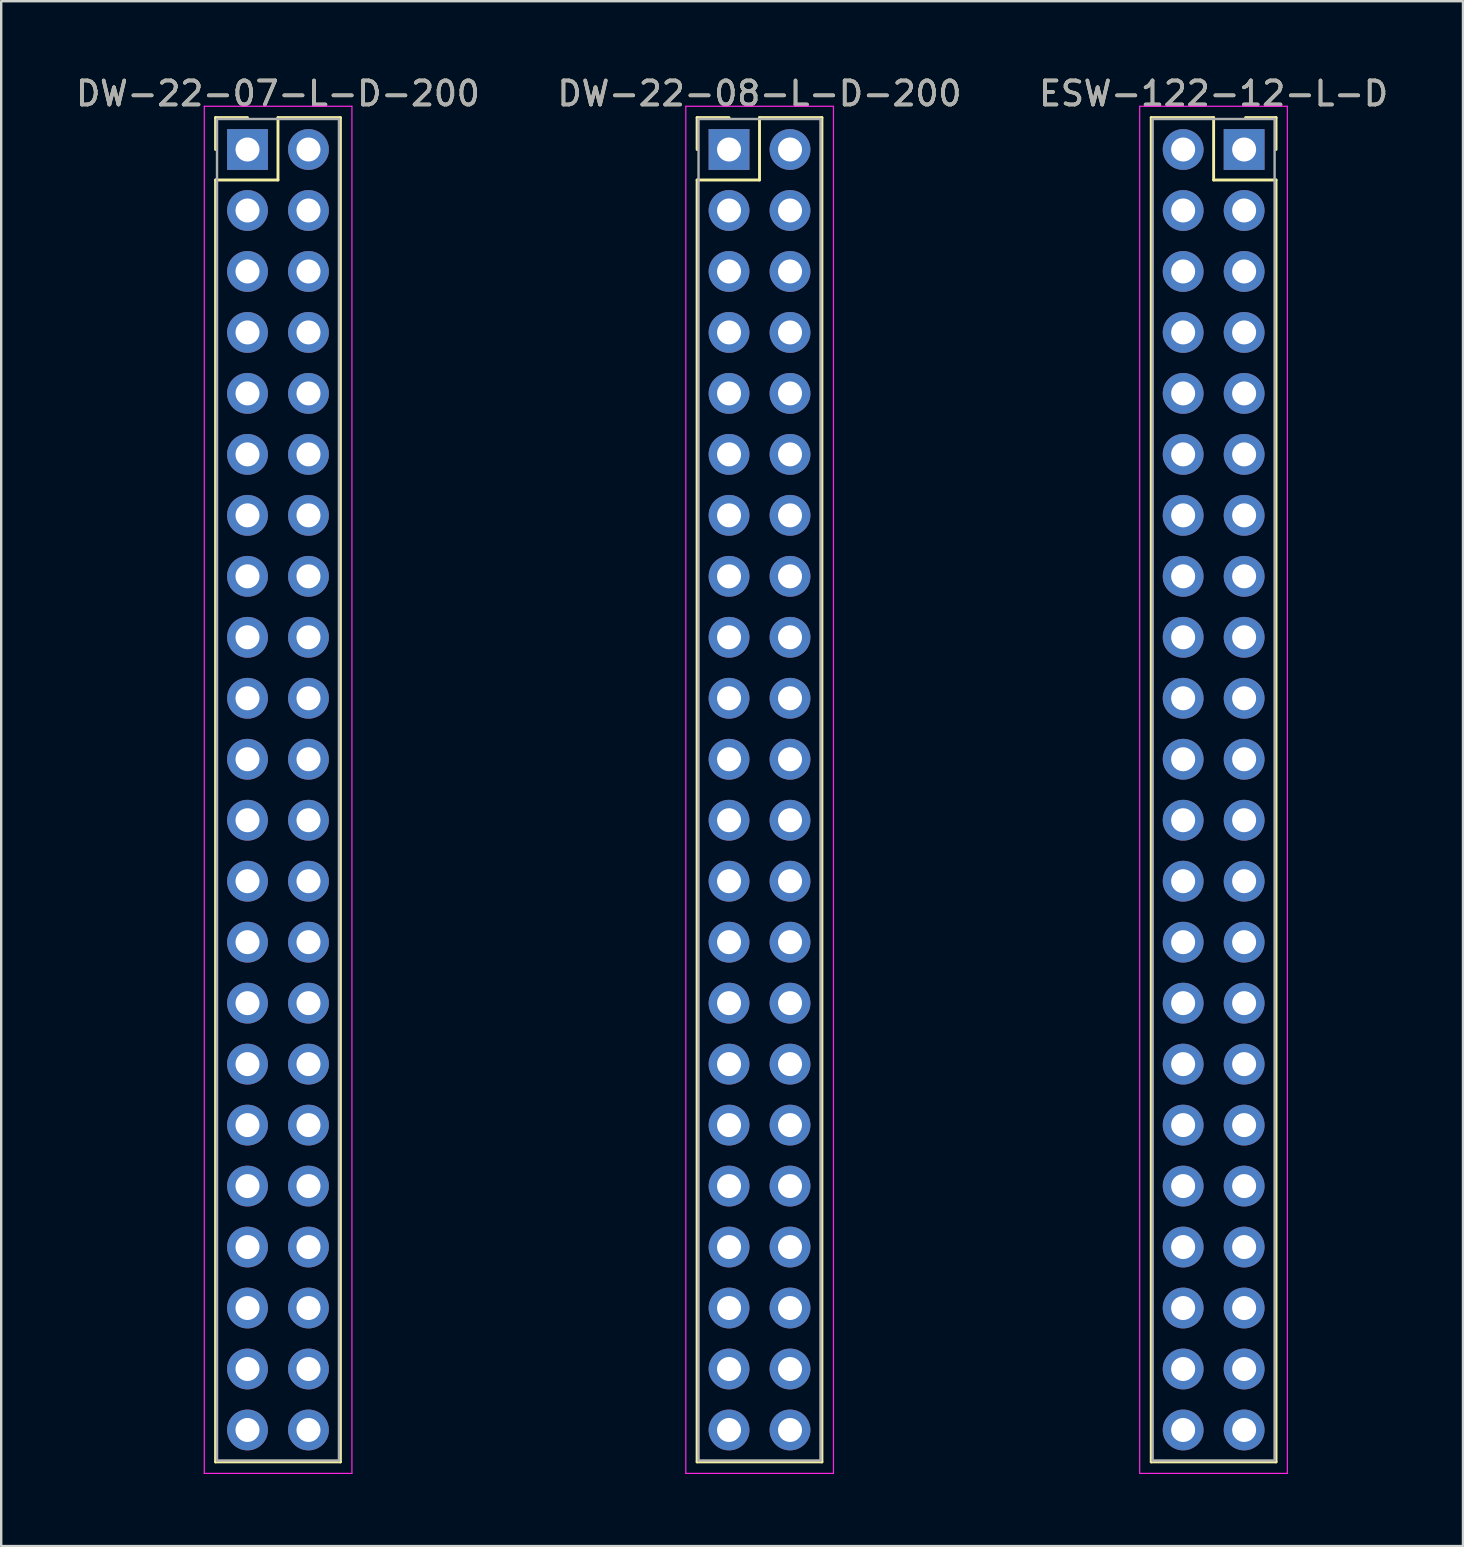
<source format=kicad_pcb>
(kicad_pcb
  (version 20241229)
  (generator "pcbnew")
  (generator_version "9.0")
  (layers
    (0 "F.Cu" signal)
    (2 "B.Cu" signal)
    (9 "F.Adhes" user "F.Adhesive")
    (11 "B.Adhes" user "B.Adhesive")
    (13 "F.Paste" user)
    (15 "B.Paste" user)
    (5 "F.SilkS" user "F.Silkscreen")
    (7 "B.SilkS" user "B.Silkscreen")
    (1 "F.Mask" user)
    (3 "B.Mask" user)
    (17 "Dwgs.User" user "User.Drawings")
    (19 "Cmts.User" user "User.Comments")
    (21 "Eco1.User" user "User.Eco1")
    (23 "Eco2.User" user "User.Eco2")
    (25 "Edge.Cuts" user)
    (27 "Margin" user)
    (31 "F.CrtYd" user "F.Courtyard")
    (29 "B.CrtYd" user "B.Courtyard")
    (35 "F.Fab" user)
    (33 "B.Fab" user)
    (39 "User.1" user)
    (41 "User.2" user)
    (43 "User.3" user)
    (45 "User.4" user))
  (footprint "DW-22-08-L-D-200"
    (layer "F.Cu")
    (at 27.319 3.178)
    (property "Reference" "DW-22-08-L-D-200" (at 1.27 -2.33 0) (layer "F.Fab") (effects (font (size 1 1) (thickness 0.15))))
    (attr through_hole)
    (fp_line (start -1.33 -1.33) (end 0 -1.33) (stroke (width 0.12) (type solid)) (layer "F.SilkS"))
    (fp_line (start -1.33 0) (end -1.33 -1.33) (stroke (width 0.12) (type solid)) (layer "F.SilkS"))
    (fp_line (start -1.33 1.27) (end -1.33 54.67) (stroke (width 0.12) (type solid)) (layer "F.SilkS"))
    (fp_line (start -1.33 54.67) (end 3.87 54.67) (stroke (width 0.12) (type solid)) (layer "F.SilkS"))
    (fp_line (start 1.27 -1.33) (end 1.27 1.27) (stroke (width 0.12) (type solid)) (layer "F.SilkS"))
    (fp_line (start 1.27 1.27) (end -1.33 1.27) (stroke (width 0.12) (type solid)) (layer "F.SilkS"))
    (fp_line (start 3.87 -1.33) (end 1.27 -1.33) (stroke (width 0.12) (type solid)) (layer "F.SilkS"))
    (fp_line (start 3.87 54.67) (end 3.87 -1.33) (stroke (width 0.12) (type solid)) (layer "F.SilkS"))
    (fp_line (start -1.8 -1.8) (end -1.8 55.15) (stroke (width 0.05) (type solid)) (layer "F.CrtYd"))
    (fp_line (start -1.8 55.15) (end 4.35 55.15) (stroke (width 0.05) (type solid)) (layer "F.CrtYd"))
    (fp_line (start 4.35 -1.8) (end -1.8 -1.8) (stroke (width 0.05) (type solid)) (layer "F.CrtYd"))
    (fp_line (start 4.35 55.15) (end 4.35 -1.8) (stroke (width 0.05) (type solid)) (layer "F.CrtYd"))
    (fp_line (start -1.27 -1.27) (end -1.27 54.61) (stroke (width 0.1) (type solid)) (layer "F.Fab"))
    (fp_line (start -1.27 54.61) (end 3.81 54.61) (stroke (width 0.1) (type solid)) (layer "F.Fab"))
    (fp_line (start 3.81 -1.27) (end -1.27 -1.27) (stroke (width 0.1) (type solid)) (layer "F.Fab"))
    (fp_line (start 3.81 54.61) (end 3.81 -1.27) (stroke (width 0.1) (type solid)) (layer "F.Fab"))
    (fp_text user "${REFERENCE}" (at 1.27 -2.33 0) (layer "F.SilkS") (effects (font (size 1 1) (thickness 0.15))))
    (pad "1" thru_hole rect (at 0 0) (size 1.7 1.7) (drill 1) (layers "*.Cu" "*.Mask"))
    (pad "2" thru_hole oval (at 2.54 0) (size 1.7 1.7) (drill 1) (layers "*.Cu" "*.Mask"))
    (pad "3" thru_hole oval (at 0 2.54) (size 1.7 1.7) (drill 1) (layers "*.Cu" "*.Mask"))
    (pad "4" thru_hole oval (at 2.54 2.54) (size 1.7 1.7) (drill 1) (layers "*.Cu" "*.Mask"))
    (pad "5" thru_hole oval (at 0 5.08) (size 1.7 1.7) (drill 1) (layers "*.Cu" "*.Mask"))
    (pad "6" thru_hole oval (at 2.54 5.08) (size 1.7 1.7) (drill 1) (layers "*.Cu" "*.Mask"))
    (pad "7" thru_hole oval (at 0 7.62) (size 1.7 1.7) (drill 1) (layers "*.Cu" "*.Mask"))
    (pad "8" thru_hole oval (at 2.54 7.62) (size 1.7 1.7) (drill 1) (layers "*.Cu" "*.Mask"))
    (pad "9" thru_hole oval (at 0 10.16) (size 1.7 1.7) (drill 1) (layers "*.Cu" "*.Mask"))
    (pad "10" thru_hole oval (at 2.54 10.16) (size 1.7 1.7) (drill 1) (layers "*.Cu" "*.Mask"))
    (pad "11" thru_hole oval (at 0 12.7) (size 1.7 1.7) (drill 1) (layers "*.Cu" "*.Mask"))
    (pad "12" thru_hole oval (at 2.54 12.7) (size 1.7 1.7) (drill 1) (layers "*.Cu" "*.Mask"))
    (pad "13" thru_hole oval (at 0 15.24) (size 1.7 1.7) (drill 1) (layers "*.Cu" "*.Mask"))
    (pad "14" thru_hole oval (at 2.54 15.24) (size 1.7 1.7) (drill 1) (layers "*.Cu" "*.Mask"))
    (pad "15" thru_hole oval (at 0 17.78) (size 1.7 1.7) (drill 1) (layers "*.Cu" "*.Mask"))
    (pad "16" thru_hole oval (at 2.54 17.78) (size 1.7 1.7) (drill 1) (layers "*.Cu" "*.Mask"))
    (pad "17" thru_hole oval (at 0 20.32) (size 1.7 1.7) (drill 1) (layers "*.Cu" "*.Mask"))
    (pad "18" thru_hole oval (at 2.54 20.32) (size 1.7 1.7) (drill 1) (layers "*.Cu" "*.Mask"))
    (pad "19" thru_hole oval (at 0 22.86) (size 1.7 1.7) (drill 1) (layers "*.Cu" "*.Mask"))
    (pad "20" thru_hole oval (at 2.54 22.86) (size 1.7 1.7) (drill 1) (layers "*.Cu" "*.Mask"))
    (pad "21" thru_hole oval (at 0 25.4) (size 1.7 1.7) (drill 1) (layers "*.Cu" "*.Mask"))
    (pad "22" thru_hole oval (at 2.54 25.4) (size 1.7 1.7) (drill 1) (layers "*.Cu" "*.Mask"))
    (pad "23" thru_hole oval (at 0 27.94) (size 1.7 1.7) (drill 1) (layers "*.Cu" "*.Mask"))
    (pad "24" thru_hole oval (at 2.54 27.94) (size 1.7 1.7) (drill 1) (layers "*.Cu" "*.Mask"))
    (pad "25" thru_hole oval (at 0 30.48) (size 1.7 1.7) (drill 1) (layers "*.Cu" "*.Mask"))
    (pad "26" thru_hole oval (at 2.54 30.48) (size 1.7 1.7) (drill 1) (layers "*.Cu" "*.Mask"))
    (pad "27" thru_hole oval (at 0 33.02) (size 1.7 1.7) (drill 1) (layers "*.Cu" "*.Mask"))
    (pad "28" thru_hole oval (at 2.54 33.02) (size 1.7 1.7) (drill 1) (layers "*.Cu" "*.Mask"))
    (pad "29" thru_hole oval (at 0 35.56) (size 1.7 1.7) (drill 1) (layers "*.Cu" "*.Mask"))
    (pad "30" thru_hole oval (at 2.54 35.56) (size 1.7 1.7) (drill 1) (layers "*.Cu" "*.Mask"))
    (pad "31" thru_hole oval (at 0 38.1) (size 1.7 1.7) (drill 1) (layers "*.Cu" "*.Mask"))
    (pad "32" thru_hole oval (at 2.54 38.1) (size 1.7 1.7) (drill 1) (layers "*.Cu" "*.Mask"))
    (pad "33" thru_hole oval (at 0 40.64) (size 1.7 1.7) (drill 1) (layers "*.Cu" "*.Mask"))
    (pad "34" thru_hole oval (at 2.54 40.64) (size 1.7 1.7) (drill 1) (layers "*.Cu" "*.Mask"))
    (pad "35" thru_hole oval (at 0 43.18) (size 1.7 1.7) (drill 1) (layers "*.Cu" "*.Mask"))
    (pad "36" thru_hole oval (at 2.54 43.18) (size 1.7 1.7) (drill 1) (layers "*.Cu" "*.Mask"))
    (pad "37" thru_hole oval (at 0 45.72) (size 1.7 1.7) (drill 1) (layers "*.Cu" "*.Mask"))
    (pad "38" thru_hole oval (at 2.54 45.72) (size 1.7 1.7) (drill 1) (layers "*.Cu" "*.Mask"))
    (pad "39" thru_hole oval (at 0 48.26) (size 1.7 1.7) (drill 1) (layers "*.Cu" "*.Mask"))
    (pad "40" thru_hole oval (at 2.54 48.26) (size 1.7 1.7) (drill 1) (layers "*.Cu" "*.Mask"))
    (pad "41" thru_hole oval (at 0 50.8) (size 1.7 1.7) (drill 1) (layers "*.Cu" "*.Mask"))
    (pad "42" thru_hole oval (at 2.54 50.8) (size 1.7 1.7) (drill 1) (layers "*.Cu" "*.Mask"))
    (pad "43" thru_hole oval (at 0 53.34) (size 1.7 1.7) (drill 1) (layers "*.Cu" "*.Mask"))
    (pad "44" thru_hole oval (at 2.54 53.34) (size 1.7 1.7) (drill 1) (layers "*.Cu" "*.Mask")))
  (footprint "DW-22-07-L-D-200"
    (layer "F.Cu")
    (at 7.26 3.178)
    (property "Reference" "DW-22-07-L-D-200" (at 1.27 -2.33 0) (layer "F.Fab") (effects (font (size 1 1) (thickness 0.15))))
    (attr through_hole)
    (fp_line (start -1.33 -1.33) (end 0 -1.33) (stroke (width 0.12) (type solid)) (layer "F.SilkS"))
    (fp_line (start -1.33 0) (end -1.33 -1.33) (stroke (width 0.12) (type solid)) (layer "F.SilkS"))
    (fp_line (start -1.33 1.27) (end -1.33 54.67) (stroke (width 0.12) (type solid)) (layer "F.SilkS"))
    (fp_line (start -1.33 54.67) (end 3.87 54.67) (stroke (width 0.12) (type solid)) (layer "F.SilkS"))
    (fp_line (start 1.27 -1.33) (end 1.27 1.27) (stroke (width 0.12) (type solid)) (layer "F.SilkS"))
    (fp_line (start 1.27 1.27) (end -1.33 1.27) (stroke (width 0.12) (type solid)) (layer "F.SilkS"))
    (fp_line (start 3.87 -1.33) (end 1.27 -1.33) (stroke (width 0.12) (type solid)) (layer "F.SilkS"))
    (fp_line (start 3.87 54.67) (end 3.87 -1.33) (stroke (width 0.12) (type solid)) (layer "F.SilkS"))
    (fp_line (start -1.8 -1.8) (end -1.8 55.15) (stroke (width 0.05) (type solid)) (layer "F.CrtYd"))
    (fp_line (start -1.8 55.15) (end 4.35 55.15) (stroke (width 0.05) (type solid)) (layer "F.CrtYd"))
    (fp_line (start 4.35 -1.8) (end -1.8 -1.8) (stroke (width 0.05) (type solid)) (layer "F.CrtYd"))
    (fp_line (start 4.35 55.15) (end 4.35 -1.8) (stroke (width 0.05) (type solid)) (layer "F.CrtYd"))
    (fp_line (start -1.27 -1.27) (end -1.27 54.61) (stroke (width 0.1) (type solid)) (layer "F.Fab"))
    (fp_line (start -1.27 54.61) (end 3.81 54.61) (stroke (width 0.1) (type solid)) (layer "F.Fab"))
    (fp_line (start 3.81 -1.27) (end -1.27 -1.27) (stroke (width 0.1) (type solid)) (layer "F.Fab"))
    (fp_line (start 3.81 54.61) (end 3.81 -1.27) (stroke (width 0.1) (type solid)) (layer "F.Fab"))
    (fp_text user "${REFERENCE}" (at 1.27 -2.33 0) (layer "F.SilkS") (effects (font (size 1 1) (thickness 0.15))))
    (pad "1" thru_hole rect (at 0 0) (size 1.7 1.7) (drill 1) (layers "*.Cu" "*.Mask"))
    (pad "2" thru_hole oval (at 2.54 0) (size 1.7 1.7) (drill 1) (layers "*.Cu" "*.Mask"))
    (pad "3" thru_hole oval (at 0 2.54) (size 1.7 1.7) (drill 1) (layers "*.Cu" "*.Mask"))
    (pad "4" thru_hole oval (at 2.54 2.54) (size 1.7 1.7) (drill 1) (layers "*.Cu" "*.Mask"))
    (pad "5" thru_hole oval (at 0 5.08) (size 1.7 1.7) (drill 1) (layers "*.Cu" "*.Mask"))
    (pad "6" thru_hole oval (at 2.54 5.08) (size 1.7 1.7) (drill 1) (layers "*.Cu" "*.Mask"))
    (pad "7" thru_hole oval (at 0 7.62) (size 1.7 1.7) (drill 1) (layers "*.Cu" "*.Mask"))
    (pad "8" thru_hole oval (at 2.54 7.62) (size 1.7 1.7) (drill 1) (layers "*.Cu" "*.Mask"))
    (pad "9" thru_hole oval (at 0 10.16) (size 1.7 1.7) (drill 1) (layers "*.Cu" "*.Mask"))
    (pad "10" thru_hole oval (at 2.54 10.16) (size 1.7 1.7) (drill 1) (layers "*.Cu" "*.Mask"))
    (pad "11" thru_hole oval (at 0 12.7) (size 1.7 1.7) (drill 1) (layers "*.Cu" "*.Mask"))
    (pad "12" thru_hole oval (at 2.54 12.7) (size 1.7 1.7) (drill 1) (layers "*.Cu" "*.Mask"))
    (pad "13" thru_hole oval (at 0 15.24) (size 1.7 1.7) (drill 1) (layers "*.Cu" "*.Mask"))
    (pad "14" thru_hole oval (at 2.54 15.24) (size 1.7 1.7) (drill 1) (layers "*.Cu" "*.Mask"))
    (pad "15" thru_hole oval (at 0 17.78) (size 1.7 1.7) (drill 1) (layers "*.Cu" "*.Mask"))
    (pad "16" thru_hole oval (at 2.54 17.78) (size 1.7 1.7) (drill 1) (layers "*.Cu" "*.Mask"))
    (pad "17" thru_hole oval (at 0 20.32) (size 1.7 1.7) (drill 1) (layers "*.Cu" "*.Mask"))
    (pad "18" thru_hole oval (at 2.54 20.32) (size 1.7 1.7) (drill 1) (layers "*.Cu" "*.Mask"))
    (pad "19" thru_hole oval (at 0 22.86) (size 1.7 1.7) (drill 1) (layers "*.Cu" "*.Mask"))
    (pad "20" thru_hole oval (at 2.54 22.86) (size 1.7 1.7) (drill 1) (layers "*.Cu" "*.Mask"))
    (pad "21" thru_hole oval (at 0 25.4) (size 1.7 1.7) (drill 1) (layers "*.Cu" "*.Mask"))
    (pad "22" thru_hole oval (at 2.54 25.4) (size 1.7 1.7) (drill 1) (layers "*.Cu" "*.Mask"))
    (pad "23" thru_hole oval (at 0 27.94) (size 1.7 1.7) (drill 1) (layers "*.Cu" "*.Mask"))
    (pad "24" thru_hole oval (at 2.54 27.94) (size 1.7 1.7) (drill 1) (layers "*.Cu" "*.Mask"))
    (pad "25" thru_hole oval (at 0 30.48) (size 1.7 1.7) (drill 1) (layers "*.Cu" "*.Mask"))
    (pad "26" thru_hole oval (at 2.54 30.48) (size 1.7 1.7) (drill 1) (layers "*.Cu" "*.Mask"))
    (pad "27" thru_hole oval (at 0 33.02) (size 1.7 1.7) (drill 1) (layers "*.Cu" "*.Mask"))
    (pad "28" thru_hole oval (at 2.54 33.02) (size 1.7 1.7) (drill 1) (layers "*.Cu" "*.Mask"))
    (pad "29" thru_hole oval (at 0 35.56) (size 1.7 1.7) (drill 1) (layers "*.Cu" "*.Mask"))
    (pad "30" thru_hole oval (at 2.54 35.56) (size 1.7 1.7) (drill 1) (layers "*.Cu" "*.Mask"))
    (pad "31" thru_hole oval (at 0 38.1) (size 1.7 1.7) (drill 1) (layers "*.Cu" "*.Mask"))
    (pad "32" thru_hole oval (at 2.54 38.1) (size 1.7 1.7) (drill 1) (layers "*.Cu" "*.Mask"))
    (pad "33" thru_hole oval (at 0 40.64) (size 1.7 1.7) (drill 1) (layers "*.Cu" "*.Mask"))
    (pad "34" thru_hole oval (at 2.54 40.64) (size 1.7 1.7) (drill 1) (layers "*.Cu" "*.Mask"))
    (pad "35" thru_hole oval (at 0 43.18) (size 1.7 1.7) (drill 1) (layers "*.Cu" "*.Mask"))
    (pad "36" thru_hole oval (at 2.54 43.18) (size 1.7 1.7) (drill 1) (layers "*.Cu" "*.Mask"))
    (pad "37" thru_hole oval (at 0 45.72) (size 1.7 1.7) (drill 1) (layers "*.Cu" "*.Mask"))
    (pad "38" thru_hole oval (at 2.54 45.72) (size 1.7 1.7) (drill 1) (layers "*.Cu" "*.Mask"))
    (pad "39" thru_hole oval (at 0 48.26) (size 1.7 1.7) (drill 1) (layers "*.Cu" "*.Mask"))
    (pad "40" thru_hole oval (at 2.54 48.26) (size 1.7 1.7) (drill 1) (layers "*.Cu" "*.Mask"))
    (pad "41" thru_hole oval (at 0 50.8) (size 1.7 1.7) (drill 1) (layers "*.Cu" "*.Mask"))
    (pad "42" thru_hole oval (at 2.54 50.8) (size 1.7 1.7) (drill 1) (layers "*.Cu" "*.Mask"))
    (pad "43" thru_hole oval (at 0 53.34) (size 1.7 1.7) (drill 1) (layers "*.Cu" "*.Mask"))
    (pad "44" thru_hole oval (at 2.54 53.34) (size 1.7 1.7) (drill 1) (layers "*.Cu" "*.Mask")))
  (footprint "ESW-122-12-L-D"
    (layer "F.Cu")
    (at 48.776 3.178)
    (property "Reference" "ESW-122-12-L-D" (at -1.27 -2.33 0) (layer "F.Fab") (effects (font (size 1 1) (thickness 0.15))))
    (attr through_hole)
    (fp_line (start -3.87 -1.33) (end -1.27 -1.33) (stroke (width 0.12) (type solid)) (layer "F.SilkS"))
    (fp_line (start -3.87 54.67) (end -3.87 -1.33) (stroke (width 0.12) (type solid)) (layer "F.SilkS"))
    (fp_line (start -1.27 -1.33) (end -1.27 1.27) (stroke (width 0.12) (type solid)) (layer "F.SilkS"))
    (fp_line (start -1.27 1.27) (end 1.33 1.27) (stroke (width 0.12) (type solid)) (layer "F.SilkS"))
    (fp_line (start 1.33 -1.33) (end 0.06 -1.33) (stroke (width 0.12) (type solid)) (layer "F.SilkS"))
    (fp_line (start 1.33 0) (end 1.33 -1.33) (stroke (width 0.12) (type solid)) (layer "F.SilkS"))
    (fp_line (start 1.33 1.27) (end 1.33 54.67) (stroke (width 0.12) (type solid)) (layer "F.SilkS"))
    (fp_line (start 1.33 54.67) (end -3.87 54.67) (stroke (width 0.12) (type solid)) (layer "F.SilkS"))
    (fp_line (start -4.35 -1.8) (end -4.35 55.15) (stroke (width 0.05) (type solid)) (layer "F.CrtYd"))
    (fp_line (start -4.35 55.15) (end 1.8 55.15) (stroke (width 0.05) (type solid)) (layer "F.CrtYd"))
    (fp_line (start 1.8 -1.8) (end -4.35 -1.8) (stroke (width 0.05) (type solid)) (layer "F.CrtYd"))
    (fp_line (start 1.8 55.15) (end 1.8 -1.8) (stroke (width 0.05) (type solid)) (layer "F.CrtYd"))
    (fp_line (start -3.81 -1.27) (end -3.81 54.61) (stroke (width 0.1) (type solid)) (layer "F.Fab"))
    (fp_line (start -3.81 54.61) (end 1.27 54.61) (stroke (width 0.1) (type solid)) (layer "F.Fab"))
    (fp_line (start 1.27 -1.27) (end -3.81 -1.27) (stroke (width 0.1) (type solid)) (layer "F.Fab"))
    (fp_line (start 1.27 54.61) (end 1.27 -1.27) (stroke (width 0.1) (type solid)) (layer "F.Fab"))
    (fp_text user "${REFERENCE}" (at -1.27 -2.33 0) (layer "F.SilkS") (effects (font (size 1 1) (thickness 0.15))))
    (pad "1" thru_hole rect (at 0 0) (size 1.7 1.7) (drill 1) (layers "*.Cu" "*.Mask"))
    (pad "2" thru_hole oval (at -2.54 0) (size 1.7 1.7) (drill 1) (layers "*.Cu" "*.Mask"))
    (pad "3" thru_hole oval (at 0 2.54) (size 1.7 1.7) (drill 1) (layers "*.Cu" "*.Mask"))
    (pad "4" thru_hole oval (at -2.54 2.54) (size 1.7 1.7) (drill 1) (layers "*.Cu" "*.Mask"))
    (pad "5" thru_hole oval (at 0 5.08) (size 1.7 1.7) (drill 1) (layers "*.Cu" "*.Mask"))
    (pad "6" thru_hole oval (at -2.54 5.08) (size 1.7 1.7) (drill 1) (layers "*.Cu" "*.Mask"))
    (pad "7" thru_hole oval (at 0 7.62) (size 1.7 1.7) (drill 1) (layers "*.Cu" "*.Mask"))
    (pad "8" thru_hole oval (at -2.54 7.62) (size 1.7 1.7) (drill 1) (layers "*.Cu" "*.Mask"))
    (pad "9" thru_hole oval (at 0 10.16) (size 1.7 1.7) (drill 1) (layers "*.Cu" "*.Mask"))
    (pad "10" thru_hole oval (at -2.54 10.16) (size 1.7 1.7) (drill 1) (layers "*.Cu" "*.Mask"))
    (pad "11" thru_hole oval (at 0 12.7) (size 1.7 1.7) (drill 1) (layers "*.Cu" "*.Mask"))
    (pad "12" thru_hole oval (at -2.54 12.7) (size 1.7 1.7) (drill 1) (layers "*.Cu" "*.Mask"))
    (pad "13" thru_hole oval (at 0 15.24) (size 1.7 1.7) (drill 1) (layers "*.Cu" "*.Mask"))
    (pad "14" thru_hole oval (at -2.54 15.24) (size 1.7 1.7) (drill 1) (layers "*.Cu" "*.Mask"))
    (pad "15" thru_hole oval (at 0 17.78) (size 1.7 1.7) (drill 1) (layers "*.Cu" "*.Mask"))
    (pad "16" thru_hole oval (at -2.54 17.78) (size 1.7 1.7) (drill 1) (layers "*.Cu" "*.Mask"))
    (pad "17" thru_hole oval (at 0 20.32) (size 1.7 1.7) (drill 1) (layers "*.Cu" "*.Mask"))
    (pad "18" thru_hole oval (at -2.54 20.32) (size 1.7 1.7) (drill 1) (layers "*.Cu" "*.Mask"))
    (pad "19" thru_hole oval (at 0 22.86) (size 1.7 1.7) (drill 1) (layers "*.Cu" "*.Mask"))
    (pad "20" thru_hole oval (at -2.54 22.86) (size 1.7 1.7) (drill 1) (layers "*.Cu" "*.Mask"))
    (pad "21" thru_hole oval (at 0 25.4) (size 1.7 1.7) (drill 1) (layers "*.Cu" "*.Mask"))
    (pad "22" thru_hole oval (at -2.54 25.4) (size 1.7 1.7) (drill 1) (layers "*.Cu" "*.Mask"))
    (pad "23" thru_hole oval (at 0 27.94) (size 1.7 1.7) (drill 1) (layers "*.Cu" "*.Mask"))
    (pad "24" thru_hole oval (at -2.54 27.94) (size 1.7 1.7) (drill 1) (layers "*.Cu" "*.Mask"))
    (pad "25" thru_hole oval (at 0 30.48) (size 1.7 1.7) (drill 1) (layers "*.Cu" "*.Mask"))
    (pad "26" thru_hole oval (at -2.54 30.48) (size 1.7 1.7) (drill 1) (layers "*.Cu" "*.Mask"))
    (pad "27" thru_hole oval (at 0 33.02) (size 1.7 1.7) (drill 1) (layers "*.Cu" "*.Mask"))
    (pad "28" thru_hole oval (at -2.54 33.02) (size 1.7 1.7) (drill 1) (layers "*.Cu" "*.Mask"))
    (pad "29" thru_hole oval (at 0 35.56) (size 1.7 1.7) (drill 1) (layers "*.Cu" "*.Mask"))
    (pad "30" thru_hole oval (at -2.54 35.56) (size 1.7 1.7) (drill 1) (layers "*.Cu" "*.Mask"))
    (pad "31" thru_hole oval (at 0 38.1) (size 1.7 1.7) (drill 1) (layers "*.Cu" "*.Mask"))
    (pad "32" thru_hole oval (at -2.54 38.1) (size 1.7 1.7) (drill 1) (layers "*.Cu" "*.Mask"))
    (pad "33" thru_hole oval (at 0 40.64) (size 1.7 1.7) (drill 1) (layers "*.Cu" "*.Mask"))
    (pad "34" thru_hole oval (at -2.54 40.64) (size 1.7 1.7) (drill 1) (layers "*.Cu" "*.Mask"))
    (pad "35" thru_hole oval (at 0 43.18) (size 1.7 1.7) (drill 1) (layers "*.Cu" "*.Mask"))
    (pad "36" thru_hole oval (at -2.54 43.18) (size 1.7 1.7) (drill 1) (layers "*.Cu" "*.Mask"))
    (pad "37" thru_hole oval (at 0 45.72) (size 1.7 1.7) (drill 1) (layers "*.Cu" "*.Mask"))
    (pad "38" thru_hole oval (at -2.54 45.72) (size 1.7 1.7) (drill 1) (layers "*.Cu" "*.Mask"))
    (pad "39" thru_hole oval (at 0 48.26) (size 1.7 1.7) (drill 1) (layers "*.Cu" "*.Mask"))
    (pad "40" thru_hole oval (at -2.54 48.26) (size 1.7 1.7) (drill 1) (layers "*.Cu" "*.Mask"))
    (pad "41" thru_hole oval (at 0 50.8) (size 1.7 1.7) (drill 1) (layers "*.Cu" "*.Mask"))
    (pad "42" thru_hole oval (at -2.54 50.8) (size 1.7 1.7) (drill 1) (layers "*.Cu" "*.Mask"))
    (pad "43" thru_hole oval (at 0 53.34) (size 1.7 1.7) (drill 1) (layers "*.Cu" "*.Mask"))
    (pad "44" thru_hole oval (at -2.54 53.34) (size 1.7 1.7) (drill 1) (layers "*.Cu" "*.Mask")))
  (gr_rect
    (start -3 -3)
    (end 57.893 61.353)
    (stroke (width 0.1) (type default))
    (fill no)
    (layer "Edge.Cuts")))
</source>
